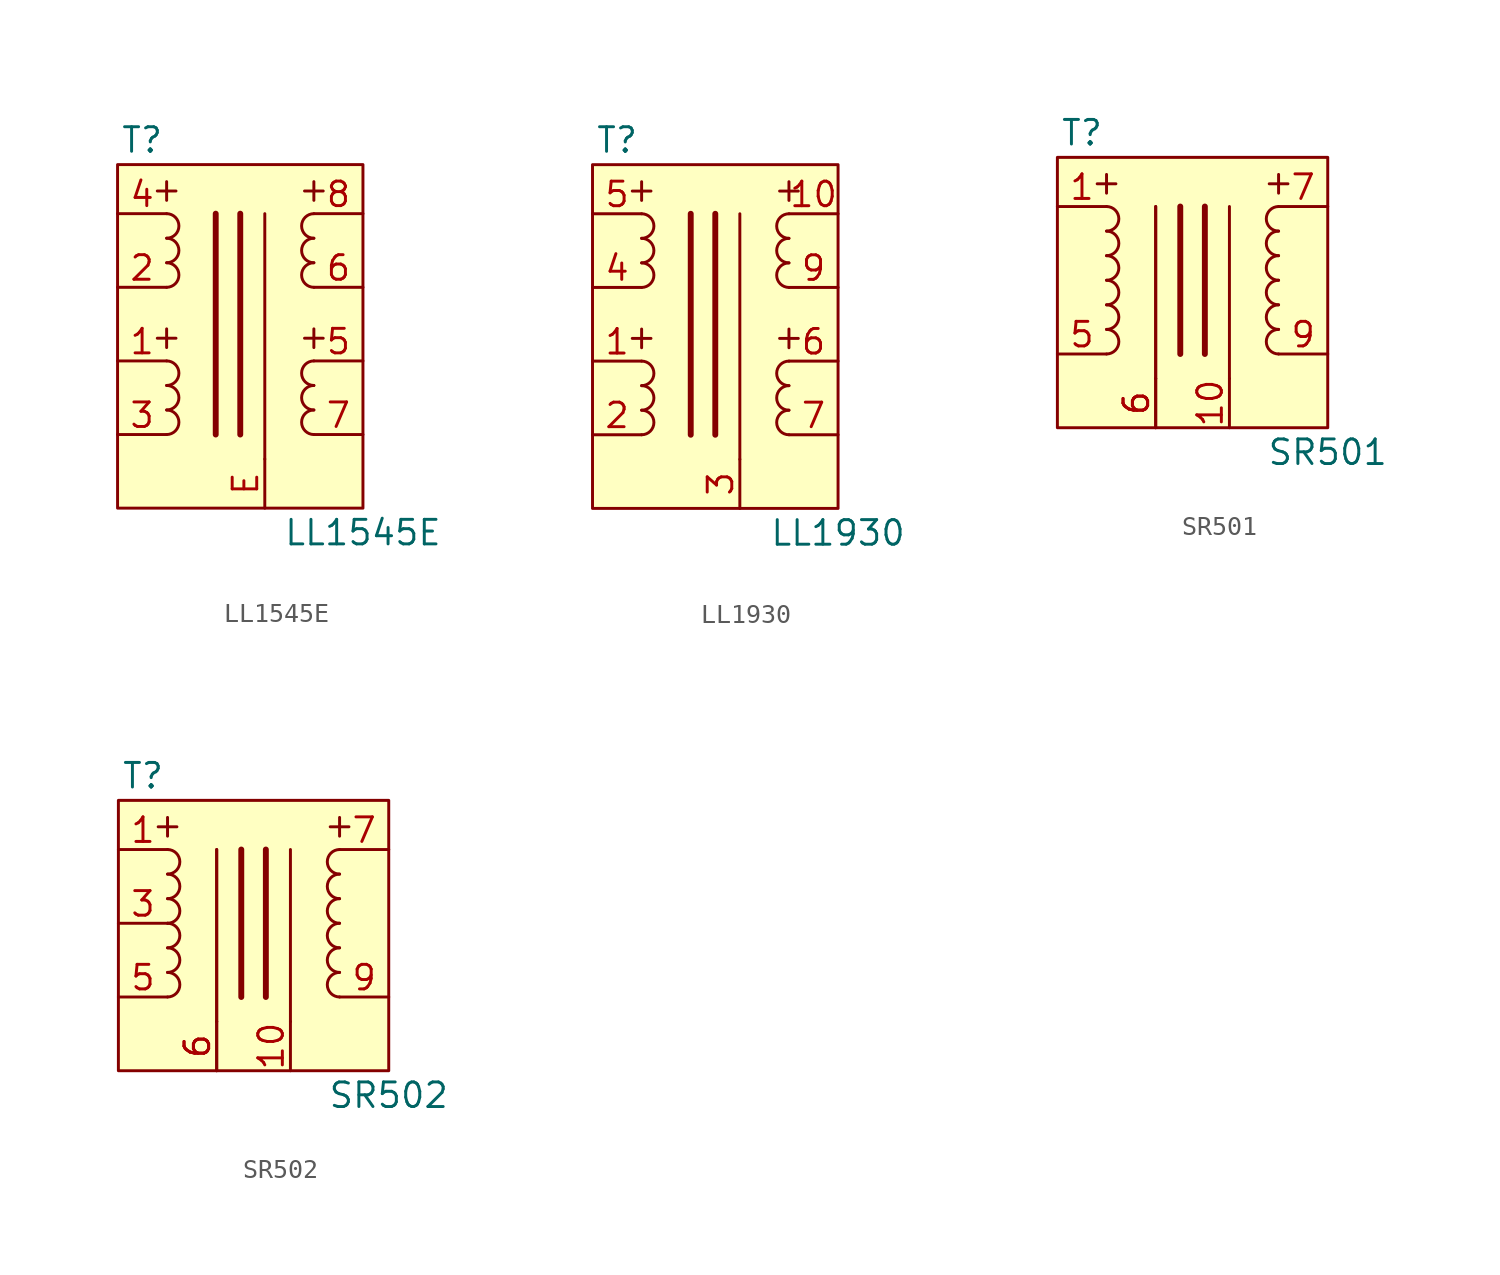
<source format=kicad_sym>
(kicad_symbol_lib
  (version 20220914)
  (generator kicad_symbol_editor)
  (symbol "LL1545E"
    (pin_names
      (offset 0) hide)
    (property "Reference" "T"
      (at -5.08 8.89 0)
      (effects (font (size 1.27 1.27))))
    (property "Value" "LL1545E"
      (at 6.35 -11.43 0)
      (effects (font (size 1.27 1.27))))
    (symbol "LL1545E_0_0"
      (rectangle (start -6.35 7.62) (end 6.35 -10.16) (stroke (width 0) (type solid)) (fill (type background)))
      (polyline (pts (xy -1.27 5.08) (xy -1.27 -6.35)) (stroke (width 0.305) (type solid)) (fill (type none)))
      (polyline (pts (xy 0 5.08) (xy 0 -6.35)) (stroke (width 0.305) (type solid)) (fill (type none)))
      (polyline (pts (xy 1.27 -7.62) (xy 1.27 5.08)) (stroke (width 0) (type solid)) (fill (type none)))
      (text "+" (at -3.81 -1.27 0) (effects (font (size 1.27 1.27))))
      (text "+" (at -3.81 6.35 0) (effects (font (size 1.27 1.27))))
      (text "+" (at 3.81 -1.27 0) (effects (font (size 1.27 1.27))))
      (text "+" (at 3.81 6.35 0) (effects (font (size 1.27 1.27)))))
    (symbol "LL1545E_0_1"
      (arc (start -3.81 -6.35) (mid -3.1777 -5.715) (end -3.81 -5.08) (stroke (width 0) (type solid)) (fill (type none)))
      (arc (start -3.81 -5.08) (mid -3.1777 -4.445) (end -3.81 -3.81) (stroke (width 0) (type solid)) (fill (type none)))
      (arc (start -3.81 -3.81) (mid -3.1777 -3.175) (end -3.81 -2.54) (stroke (width 0) (type solid)) (fill (type none)))
      (arc (start -3.81 1.27) (mid -3.1777 1.905) (end -3.81 2.54) (stroke (width 0) (type solid)) (fill (type none)))
      (arc (start -3.81 2.54) (mid -3.1777 3.175) (end -3.81 3.81) (stroke (width 0) (type solid)) (fill (type none)))
      (arc (start -3.81 3.81) (mid -3.1777 4.445) (end -3.81 5.08) (stroke (width 0) (type solid)) (fill (type none)))
      (arc (start 3.81 -5.08) (mid 3.1777 -5.715) (end 3.81 -6.35) (stroke (width 0) (type solid)) (fill (type none)))
      (arc (start 3.81 -3.81) (mid 3.1777 -4.445) (end 3.81 -5.08) (stroke (width 0) (type solid)) (fill (type none)))
      (arc (start 3.81 -2.54) (mid 3.1777 -3.175) (end 3.81 -3.81) (stroke (width 0) (type solid)) (fill (type none)))
      (arc (start 3.81 2.54) (mid 3.1777 1.905) (end 3.81 1.27) (stroke (width 0) (type solid)) (fill (type none)))
      (arc (start 3.81 3.81) (mid 3.1777 3.175) (end 3.81 2.54) (stroke (width 0) (type solid)) (fill (type none)))
      (arc (start 3.81 5.08) (mid 3.1777 4.445) (end 3.81 3.81) (stroke (width 0) (type solid)) (fill (type none))))
    (symbol "LL1545E_1_1"
      (pin input line (at -6.35 -2.54 0) (length 2.54) (name "1" (effects (font (size 1.27 1.27)))) (number "1" (effects (font (size 1.27 1.27)))))
      (pin input line (at -6.35 1.27 0) (length 2.54) (name "2" (effects (font (size 1.27 1.27)))) (number "2" (effects (font (size 1.27 1.27)))))
      (pin input line (at -6.35 -6.35 0) (length 2.54) (name "3" (effects (font (size 1.27 1.27)))) (number "3" (effects (font (size 1.27 1.27)))))
      (pin input line (at -6.35 5.08 0) (length 2.54) (name "4" (effects (font (size 1.27 1.27)))) (number "4" (effects (font (size 1.27 1.27)))))
      (pin input line (at 6.35 -2.54 180) (length 2.54) (name "5" (effects (font (size 1.27 1.27)))) (number "5" (effects (font (size 1.27 1.27)))))
      (pin input line (at 6.35 1.27 180) (length 2.54) (name "6" (effects (font (size 1.27 1.27)))) (number "6" (effects (font (size 1.27 1.27)))))
      (pin input line (at 6.35 -6.35 180) (length 2.54) (name "7" (effects (font (size 1.27 1.27)))) (number "7" (effects (font (size 1.27 1.27)))))
      (pin input line (at 6.35 5.08 180) (length 2.54) (name "8" (effects (font (size 1.27 1.27)))) (number "8" (effects (font (size 1.27 1.27)))))
      (pin input line (at 1.27 -10.16 90) (length 2.54) (name "E" (effects (font (size 1.27 1.27)))) (number "E" (effects (font (size 1.27 1.27)))))))
  (symbol "LL1930"
    (pin_names
      (offset 0) hide)
    (property "Reference" "T"
      (at -5.08 8.89 0)
      (effects (font (size 1.27 1.27))))
    (property "Value" "LL1930"
      (at 6.35 -11.43 0)
      (effects (font (size 1.27 1.27))))
    (symbol "LL1930_0_0"
      (rectangle (start -6.35 7.62) (end 6.35 -10.16) (stroke (width 0) (type solid)) (fill (type background)))
      (polyline (pts (xy -1.27 5.08) (xy -1.27 -6.35)) (stroke (width 0.305) (type solid)) (fill (type none)))
      (polyline (pts (xy 0 5.08) (xy 0 -6.35)) (stroke (width 0.305) (type solid)) (fill (type none)))
      (polyline (pts (xy 1.27 -7.62) (xy 1.27 5.08)) (stroke (width 0) (type solid)) (fill (type none)))
      (text "+" (at -3.81 -1.27 0) (effects (font (size 1.27 1.27))))
      (text "+" (at -3.81 6.35 0) (effects (font (size 1.27 1.27))))
      (text "+" (at 3.81 -1.27 0) (effects (font (size 1.27 1.27))))
      (text "+" (at 3.81 6.35 0) (effects (font (size 1.27 1.27)))))
    (symbol "LL1930_0_1"
      (arc (start -3.81 -6.35) (mid -3.1777 -5.715) (end -3.81 -5.08) (stroke (width 0) (type solid)) (fill (type none)))
      (arc (start -3.81 -5.08) (mid -3.1777 -4.445) (end -3.81 -3.81) (stroke (width 0) (type solid)) (fill (type none)))
      (arc (start -3.81 -3.81) (mid -3.1777 -3.175) (end -3.81 -2.54) (stroke (width 0) (type solid)) (fill (type none)))
      (arc (start -3.81 1.27) (mid -3.1777 1.905) (end -3.81 2.54) (stroke (width 0) (type solid)) (fill (type none)))
      (arc (start -3.81 2.54) (mid -3.1777 3.175) (end -3.81 3.81) (stroke (width 0) (type solid)) (fill (type none)))
      (arc (start -3.81 3.81) (mid -3.1777 4.445) (end -3.81 5.08) (stroke (width 0) (type solid)) (fill (type none)))
      (arc (start 3.81 -5.08) (mid 3.1777 -5.715) (end 3.81 -6.35) (stroke (width 0) (type solid)) (fill (type none)))
      (arc (start 3.81 -3.81) (mid 3.1777 -4.445) (end 3.81 -5.08) (stroke (width 0) (type solid)) (fill (type none)))
      (arc (start 3.81 -2.54) (mid 3.1777 -3.175) (end 3.81 -3.81) (stroke (width 0) (type solid)) (fill (type none)))
      (arc (start 3.81 2.54) (mid 3.1777 1.905) (end 3.81 1.27) (stroke (width 0) (type solid)) (fill (type none)))
      (arc (start 3.81 3.81) (mid 3.1777 3.175) (end 3.81 2.54) (stroke (width 0) (type solid)) (fill (type none)))
      (arc (start 3.81 5.08) (mid 3.1777 4.445) (end 3.81 3.81) (stroke (width 0) (type solid)) (fill (type none))))
    (symbol "LL1930_1_1"
      (pin input line (at -6.35 -2.54 0) (length 2.54) (name "1" (effects (font (size 1.27 1.27)))) (number "1" (effects (font (size 1.27 1.27)))))
      (pin input line (at 6.35 5.08 180) (length 2.54) (name "10" (effects (font (size 1.27 1.27)))) (number "10" (effects (font (size 1.27 1.27)))))
      (pin input line (at -6.35 -6.35 0) (length 2.54) (name "2" (effects (font (size 1.27 1.27)))) (number "2" (effects (font (size 1.27 1.27)))))
      (pin input line (at 1.27 -10.16 90) (length 2.54) (name "3" (effects (font (size 1.27 1.27)))) (number "3" (effects (font (size 1.27 1.27)))))
      (pin input line (at -6.35 1.27 0) (length 2.54) (name "4" (effects (font (size 1.27 1.27)))) (number "4" (effects (font (size 1.27 1.27)))))
      (pin input line (at -6.35 5.08 0) (length 2.54) (name "5" (effects (font (size 1.27 1.27)))) (number "5" (effects (font (size 1.27 1.27)))))
      (pin input line (at 6.35 -2.54 180) (length 2.54) (name "6" (effects (font (size 1.27 1.27)))) (number "6" (effects (font (size 1.27 1.27)))))
      (pin input line (at 6.35 -6.35 180) (length 2.54) (name "7" (effects (font (size 1.27 1.27)))) (number "7" (effects (font (size 1.27 1.27)))))
      (pin input line (at 6.35 1.27 180) (length 2.54) (name "9" (effects (font (size 1.27 1.27)))) (number "9" (effects (font (size 1.27 1.27)))))))
  (symbol "SR501"
    (pin_names
      (offset 0) hide)
    (property "Reference" "T"
      (at -6.35 8.89 0)
      (effects (font (size 1.27 1.27))))
    (property "Value" "SR501"
      (at 6.35 -7.62 0)
      (effects (font (size 1.27 1.27))))
    (symbol "SR501_0_0"
      (text "+" (at -5.08 6.35 0) (effects (font (size 1.27 1.27))))
      (text "+" (at 3.81 6.35 0) (effects (font (size 1.27 1.27)))))
    (symbol "SR501_0_1"
      (rectangle (start -7.62 7.62) (end 6.35 -6.35) (stroke (width 0) (type solid)) (fill (type background)))
      (arc (start -5.08 -2.54) (mid -4.4477 -1.905) (end -5.08 -1.27) (stroke (width 0) (type solid)) (fill (type none)))
      (arc (start -5.08 -1.27) (mid -4.4477 -0.635) (end -5.08 0) (stroke (width 0) (type solid)) (fill (type none)))
      (arc (start -5.08 0) (mid -4.4477 0.635) (end -5.08 1.27) (stroke (width 0) (type solid)) (fill (type none)))
      (arc (start -5.08 1.27) (mid -4.4477 1.905) (end -5.08 2.54) (stroke (width 0) (type solid)) (fill (type none)))
      (arc (start -5.08 2.54) (mid -4.4477 3.175) (end -5.08 3.81) (stroke (width 0) (type solid)) (fill (type none)))
      (arc (start -5.08 3.81) (mid -4.4477 4.445) (end -5.08 5.08) (stroke (width 0) (type solid)) (fill (type none)))
      (polyline (pts (xy -2.54 -3.81) (xy -2.54 5.08)) (stroke (width 0) (type solid)) (fill (type none)))
      (polyline (pts (xy -2.54 -3.81) (xy -2.54 5.08)) (stroke (width 0) (type solid)) (fill (type none)))
      (polyline (pts (xy -1.27 5.08) (xy -1.27 -2.54)) (stroke (width 0.305) (type solid)) (fill (type none)))
      (polyline (pts (xy 0 5.08) (xy 0 -2.54)) (stroke (width 0.305) (type solid)) (fill (type none)))
      (polyline (pts (xy 1.27 -3.81) (xy 1.27 5.08)) (stroke (width 0) (type solid)) (fill (type none)))
      (arc (start 3.81 -1.27) (mid 3.1777 -1.905) (end 3.81 -2.54) (stroke (width 0) (type solid)) (fill (type none)))
      (arc (start 3.81 0) (mid 3.1777 -0.635) (end 3.81 -1.27) (stroke (width 0) (type solid)) (fill (type none)))
      (arc (start 3.81 1.27) (mid 3.1777 0.635) (end 3.81 0) (stroke (width 0) (type solid)) (fill (type none)))
      (arc (start 3.81 2.54) (mid 3.1777 1.905) (end 3.81 1.27) (stroke (width 0) (type solid)) (fill (type none)))
      (arc (start 3.81 3.81) (mid 3.1777 3.175) (end 3.81 2.54) (stroke (width 0) (type solid)) (fill (type none)))
      (arc (start 3.81 5.08) (mid 3.1777 4.445) (end 3.81 3.81) (stroke (width 0) (type solid)) (fill (type none))))
    (symbol "SR501_1_1"
      (pin input line (at -7.62 5.08 0) (length 2.54) (name "1" (effects (font (size 1.27 1.27)))) (number "1" (effects (font (size 1.27 1.27)))))
      (pin input line (at 1.27 -6.35 90) (length 2.54) (name "10" (effects (font (size 1.27 1.27)))) (number "10" (effects (font (size 1.27 1.27)))))
      (pin input line (at -7.62 -2.54 0) (length 2.54) (name "5" (effects (font (size 1.27 1.27)))) (number "5" (effects (font (size 1.27 1.27)))))
      (pin input line (at -2.54 -6.35 90) (length 2.54) (name "6" (effects (font (size 1.27 1.27)))) (number "6" (effects (font (size 1.27 1.27)))))
      (pin input line (at -2.54 -6.35 90) (length 2.54) (name "6" (effects (font (size 1.27 1.27)))) (number "6" (effects (font (size 1.27 1.27)))))
      (pin input line (at 6.35 5.08 180) (length 2.54) (name "7" (effects (font (size 1.27 1.27)))) (number "7" (effects (font (size 1.27 1.27)))))
      (pin input line (at 6.35 -2.54 180) (length 2.54) (name "9" (effects (font (size 1.27 1.27)))) (number "9" (effects (font (size 1.27 1.27)))))))
  (symbol "SR502"
    (pin_names
      (offset 0) hide)
    (property "Reference" "T"
      (at -6.35 8.89 0)
      (effects (font (size 1.27 1.27))))
    (property "Value" "SR502"
      (at 6.35 -7.62 0)
      (effects (font (size 1.27 1.27))))
    (symbol "SR502_0_0"
      (text "+" (at -5.08 6.35 0) (effects (font (size 1.27 1.27))))
      (text "+" (at 3.81 6.35 0) (effects (font (size 1.27 1.27)))))
    (symbol "SR502_0_1"
      (rectangle (start -7.62 7.62) (end 6.35 -6.35) (stroke (width 0) (type solid)) (fill (type background)))
      (arc (start -5.08 -2.54) (mid -4.4477 -1.905) (end -5.08 -1.27) (stroke (width 0) (type solid)) (fill (type none)))
      (arc (start -5.08 -1.27) (mid -4.4477 -0.635) (end -5.08 0) (stroke (width 0) (type solid)) (fill (type none)))
      (arc (start -5.08 0) (mid -4.4477 0.635) (end -5.08 1.27) (stroke (width 0) (type solid)) (fill (type none)))
      (arc (start -5.08 1.27) (mid -4.4477 1.905) (end -5.08 2.54) (stroke (width 0) (type solid)) (fill (type none)))
      (arc (start -5.08 2.54) (mid -4.4477 3.175) (end -5.08 3.81) (stroke (width 0) (type solid)) (fill (type none)))
      (arc (start -5.08 3.81) (mid -4.4477 4.445) (end -5.08 5.08) (stroke (width 0) (type solid)) (fill (type none)))
      (polyline (pts (xy -2.54 -3.81) (xy -2.54 5.08)) (stroke (width 0) (type solid)) (fill (type none)))
      (polyline (pts (xy -2.54 -3.81) (xy -2.54 5.08)) (stroke (width 0) (type solid)) (fill (type none)))
      (polyline (pts (xy -1.27 5.08) (xy -1.27 -2.54)) (stroke (width 0.305) (type solid)) (fill (type none)))
      (polyline (pts (xy 0 5.08) (xy 0 -2.54)) (stroke (width 0.305) (type solid)) (fill (type none)))
      (polyline (pts (xy 1.27 -3.81) (xy 1.27 5.08)) (stroke (width 0) (type solid)) (fill (type none)))
      (arc (start 3.81 -1.27) (mid 3.1777 -1.905) (end 3.81 -2.54) (stroke (width 0) (type solid)) (fill (type none)))
      (arc (start 3.81 0) (mid 3.1777 -0.635) (end 3.81 -1.27) (stroke (width 0) (type solid)) (fill (type none)))
      (arc (start 3.81 1.27) (mid 3.1777 0.635) (end 3.81 0) (stroke (width 0) (type solid)) (fill (type none)))
      (arc (start 3.81 2.54) (mid 3.1777 1.905) (end 3.81 1.27) (stroke (width 0) (type solid)) (fill (type none)))
      (arc (start 3.81 3.81) (mid 3.1777 3.175) (end 3.81 2.54) (stroke (width 0) (type solid)) (fill (type none)))
      (arc (start 3.81 5.08) (mid 3.1777 4.445) (end 3.81 3.81) (stroke (width 0) (type solid)) (fill (type none))))
    (symbol "SR502_1_1"
      (pin input line (at -7.62 5.08 0) (length 2.54) (name "1" (effects (font (size 1.27 1.27)))) (number "1" (effects (font (size 1.27 1.27)))))
      (pin input line (at 1.27 -6.35 90) (length 2.54) (name "10" (effects (font (size 1.27 1.27)))) (number "10" (effects (font (size 1.27 1.27)))))
      (pin input line (at -7.62 1.27 0) (length 2.54) (name "3" (effects (font (size 1.27 1.27)))) (number "3" (effects (font (size 1.27 1.27)))))
      (pin input line (at -7.62 -2.54 0) (length 2.54) (name "5" (effects (font (size 1.27 1.27)))) (number "5" (effects (font (size 1.27 1.27)))))
      (pin input line (at -2.54 -6.35 90) (length 2.54) (name "6" (effects (font (size 1.27 1.27)))) (number "6" (effects (font (size 1.27 1.27)))))
      (pin input line (at -2.54 -6.35 90) (length 2.54) (name "6" (effects (font (size 1.27 1.27)))) (number "6" (effects (font (size 1.27 1.27)))))
      (pin input line (at 6.35 5.08 180) (length 2.54) (name "7" (effects (font (size 1.27 1.27)))) (number "7" (effects (font (size 1.27 1.27)))))
      (pin input line (at 6.35 -2.54 180) (length 2.54) (name "9" (effects (font (size 1.27 1.27)))) (number "9" (effects (font (size 1.27 1.27))))))))
</source>
